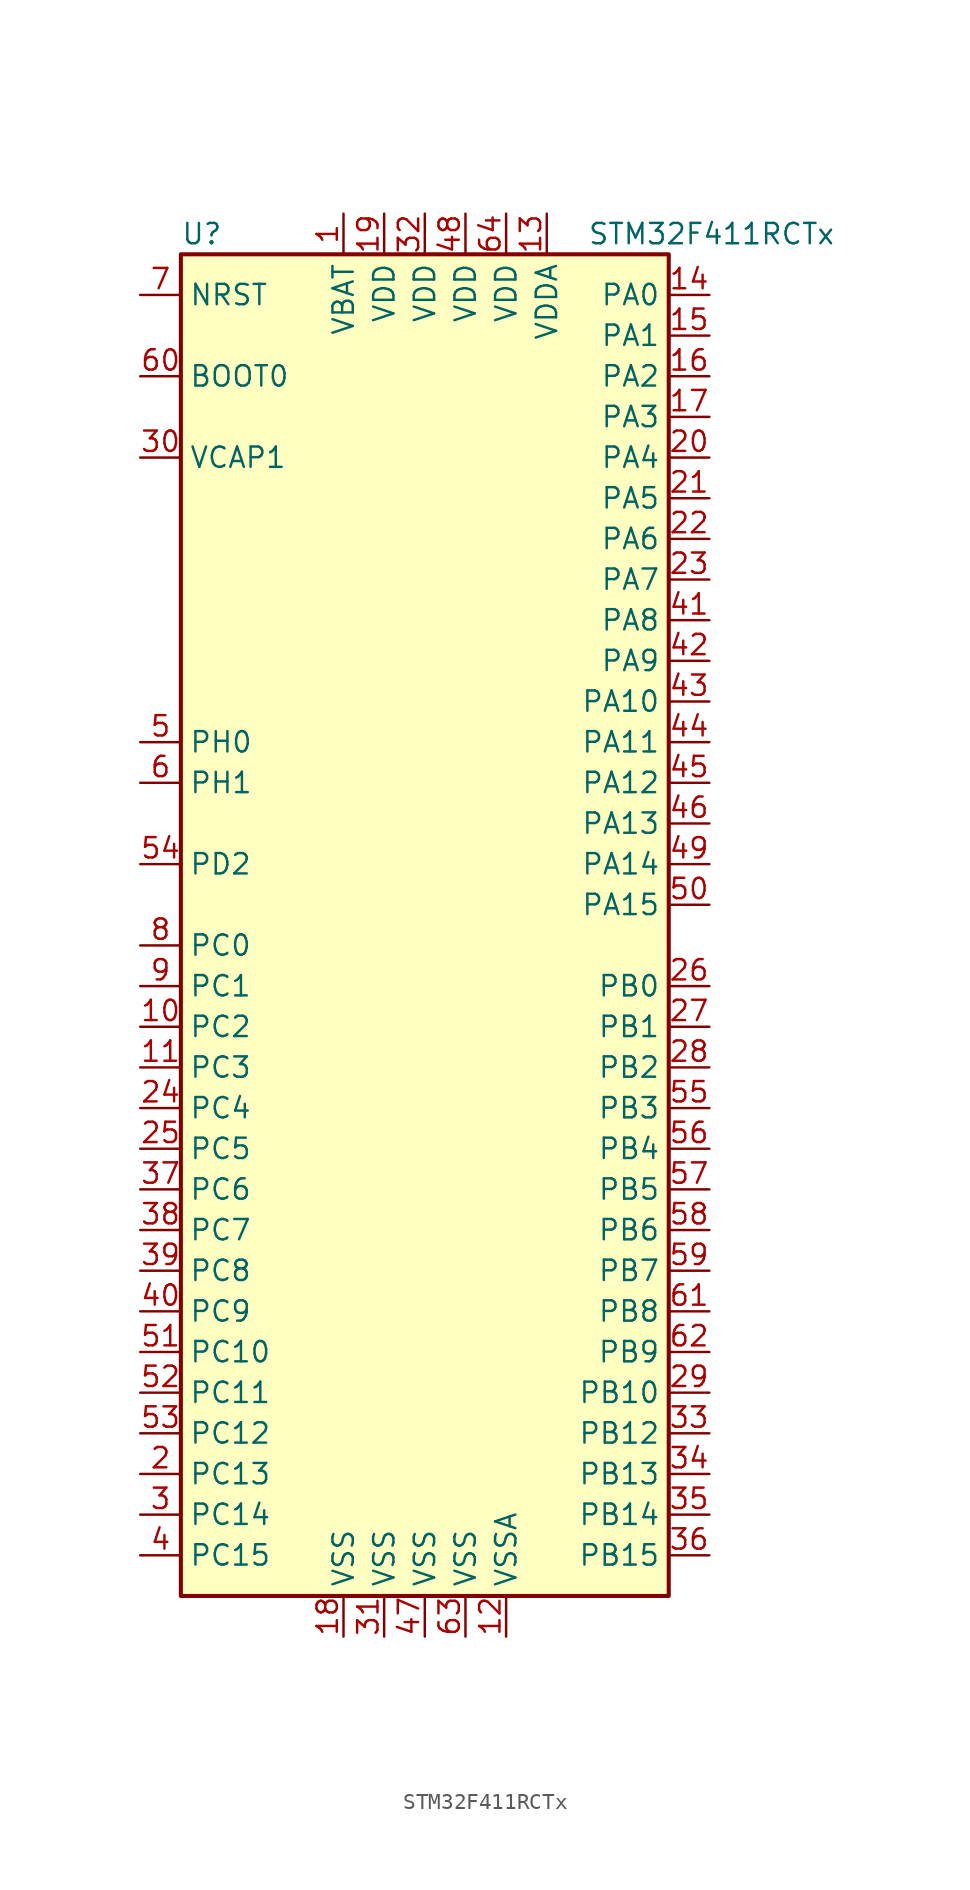
<source format=kicad_sym>
(kicad_symbol_lib
  (version 20211014)
  (generator kicad_symbol_editor)
  (symbol "STM32F411RCTx"
    (property "Reference" "U"
      (at -15.24 41.91 0)
      (effects (font (size 1.27 1.27)) (justify left)))
    (property "Value" "STM32F411RCTx"
      (at 10.16 41.91 0)
      (effects (font (size 1.27 1.27)) (justify left)))
    (symbol "STM32F411RCTx_0_1"
      (rectangle (start -15.24 -43.18) (end 15.24 40.64) (stroke (width 0.254) (type default) (color 0 0 0 0)) (fill (type background))))
    (symbol "STM32F411RCTx_1_1"
      (pin power_in line (at -5.08 43.18 270) (length 2.54) (name "VBAT" (effects (font (size 1.27 1.27)))) (number "1" (effects (font (size 1.27 1.27)))))
      (pin bidirectional line (at -17.78 -7.62 0) (length 2.54) (name "PC2" (effects (font (size 1.27 1.27)))) (number "10" (effects (font (size 1.27 1.27)))))
      (pin bidirectional line (at -17.78 -10.16 0) (length 2.54) (name "PC3" (effects (font (size 1.27 1.27)))) (number "11" (effects (font (size 1.27 1.27)))))
      (pin power_in line (at 5.08 -45.72 90) (length 2.54) (name "VSSA" (effects (font (size 1.27 1.27)))) (number "12" (effects (font (size 1.27 1.27)))))
      (pin power_in line (at 7.62 43.18 270) (length 2.54) (name "VDDA" (effects (font (size 1.27 1.27)))) (number "13" (effects (font (size 1.27 1.27)))))
      (pin bidirectional line (at 17.78 38.1 180) (length 2.54) (name "PA0" (effects (font (size 1.27 1.27)))) (number "14" (effects (font (size 1.27 1.27)))))
      (pin bidirectional line (at 17.78 35.56 180) (length 2.54) (name "PA1" (effects (font (size 1.27 1.27)))) (number "15" (effects (font (size 1.27 1.27)))))
      (pin bidirectional line (at 17.78 33.02 180) (length 2.54) (name "PA2" (effects (font (size 1.27 1.27)))) (number "16" (effects (font (size 1.27 1.27)))))
      (pin bidirectional line (at 17.78 30.48 180) (length 2.54) (name "PA3" (effects (font (size 1.27 1.27)))) (number "17" (effects (font (size 1.27 1.27)))))
      (pin power_in line (at -5.08 -45.72 90) (length 2.54) (name "VSS" (effects (font (size 1.27 1.27)))) (number "18" (effects (font (size 1.27 1.27)))))
      (pin power_in line (at -2.54 43.18 270) (length 2.54) (name "VDD" (effects (font (size 1.27 1.27)))) (number "19" (effects (font (size 1.27 1.27)))))
      (pin bidirectional line (at -17.78 -35.56 0) (length 2.54) (name "PC13" (effects (font (size 1.27 1.27)))) (number "2" (effects (font (size 1.27 1.27)))))
      (pin bidirectional line (at 17.78 27.94 180) (length 2.54) (name "PA4" (effects (font (size 1.27 1.27)))) (number "20" (effects (font (size 1.27 1.27)))))
      (pin bidirectional line (at 17.78 25.4 180) (length 2.54) (name "PA5" (effects (font (size 1.27 1.27)))) (number "21" (effects (font (size 1.27 1.27)))))
      (pin bidirectional line (at 17.78 22.86 180) (length 2.54) (name "PA6" (effects (font (size 1.27 1.27)))) (number "22" (effects (font (size 1.27 1.27)))))
      (pin bidirectional line (at 17.78 20.32 180) (length 2.54) (name "PA7" (effects (font (size 1.27 1.27)))) (number "23" (effects (font (size 1.27 1.27)))))
      (pin bidirectional line (at -17.78 -12.7 0) (length 2.54) (name "PC4" (effects (font (size 1.27 1.27)))) (number "24" (effects (font (size 1.27 1.27)))))
      (pin bidirectional line (at -17.78 -15.24 0) (length 2.54) (name "PC5" (effects (font (size 1.27 1.27)))) (number "25" (effects (font (size 1.27 1.27)))))
      (pin bidirectional line (at 17.78 -5.08 180) (length 2.54) (name "PB0" (effects (font (size 1.27 1.27)))) (number "26" (effects (font (size 1.27 1.27)))))
      (pin bidirectional line (at 17.78 -7.62 180) (length 2.54) (name "PB1" (effects (font (size 1.27 1.27)))) (number "27" (effects (font (size 1.27 1.27)))))
      (pin bidirectional line (at 17.78 -10.16 180) (length 2.54) (name "PB2" (effects (font (size 1.27 1.27)))) (number "28" (effects (font (size 1.27 1.27)))))
      (pin bidirectional line (at 17.78 -30.48 180) (length 2.54) (name "PB10" (effects (font (size 1.27 1.27)))) (number "29" (effects (font (size 1.27 1.27)))))
      (pin bidirectional line (at -17.78 -38.1 0) (length 2.54) (name "PC14" (effects (font (size 1.27 1.27)))) (number "3" (effects (font (size 1.27 1.27)))))
      (pin passive line (at -17.78 27.94 0) (length 2.54) (name "VCAP1" (effects (font (size 1.27 1.27)))) (number "30" (effects (font (size 1.27 1.27)))))
      (pin power_in line (at -2.54 -45.72 90) (length 2.54) (name "VSS" (effects (font (size 1.27 1.27)))) (number "31" (effects (font (size 1.27 1.27)))))
      (pin power_in line (at 0 43.18 270) (length 2.54) (name "VDD" (effects (font (size 1.27 1.27)))) (number "32" (effects (font (size 1.27 1.27)))))
      (pin bidirectional line (at 17.78 -33.02 180) (length 2.54) (name "PB12" (effects (font (size 1.27 1.27)))) (number "33" (effects (font (size 1.27 1.27)))))
      (pin bidirectional line (at 17.78 -35.56 180) (length 2.54) (name "PB13" (effects (font (size 1.27 1.27)))) (number "34" (effects (font (size 1.27 1.27)))))
      (pin bidirectional line (at 17.78 -38.1 180) (length 2.54) (name "PB14" (effects (font (size 1.27 1.27)))) (number "35" (effects (font (size 1.27 1.27)))))
      (pin bidirectional line (at 17.78 -40.64 180) (length 2.54) (name "PB15" (effects (font (size 1.27 1.27)))) (number "36" (effects (font (size 1.27 1.27)))))
      (pin bidirectional line (at -17.78 -17.78 0) (length 2.54) (name "PC6" (effects (font (size 1.27 1.27)))) (number "37" (effects (font (size 1.27 1.27)))))
      (pin bidirectional line (at -17.78 -20.32 0) (length 2.54) (name "PC7" (effects (font (size 1.27 1.27)))) (number "38" (effects (font (size 1.27 1.27)))))
      (pin bidirectional line (at -17.78 -22.86 0) (length 2.54) (name "PC8" (effects (font (size 1.27 1.27)))) (number "39" (effects (font (size 1.27 1.27)))))
      (pin bidirectional line (at -17.78 -40.64 0) (length 2.54) (name "PC15" (effects (font (size 1.27 1.27)))) (number "4" (effects (font (size 1.27 1.27)))))
      (pin bidirectional line (at -17.78 -25.4 0) (length 2.54) (name "PC9" (effects (font (size 1.27 1.27)))) (number "40" (effects (font (size 1.27 1.27)))))
      (pin bidirectional line (at 17.78 17.78 180) (length 2.54) (name "PA8" (effects (font (size 1.27 1.27)))) (number "41" (effects (font (size 1.27 1.27)))))
      (pin bidirectional line (at 17.78 15.24 180) (length 2.54) (name "PA9" (effects (font (size 1.27 1.27)))) (number "42" (effects (font (size 1.27 1.27)))))
      (pin bidirectional line (at 17.78 12.7 180) (length 2.54) (name "PA10" (effects (font (size 1.27 1.27)))) (number "43" (effects (font (size 1.27 1.27)))))
      (pin bidirectional line (at 17.78 10.16 180) (length 2.54) (name "PA11" (effects (font (size 1.27 1.27)))) (number "44" (effects (font (size 1.27 1.27)))))
      (pin bidirectional line (at 17.78 7.62 180) (length 2.54) (name "PA12" (effects (font (size 1.27 1.27)))) (number "45" (effects (font (size 1.27 1.27)))))
      (pin bidirectional line (at 17.78 5.08 180) (length 2.54) (name "PA13" (effects (font (size 1.27 1.27)))) (number "46" (effects (font (size 1.27 1.27)))))
      (pin power_in line (at 0 -45.72 90) (length 2.54) (name "VSS" (effects (font (size 1.27 1.27)))) (number "47" (effects (font (size 1.27 1.27)))))
      (pin power_in line (at 2.54 43.18 270) (length 2.54) (name "VDD" (effects (font (size 1.27 1.27)))) (number "48" (effects (font (size 1.27 1.27)))))
      (pin bidirectional line (at 17.78 2.54 180) (length 2.54) (name "PA14" (effects (font (size 1.27 1.27)))) (number "49" (effects (font (size 1.27 1.27)))))
      (pin input line (at -17.78 10.16 0) (length 2.54) (name "PH0" (effects (font (size 1.27 1.27)))) (number "5" (effects (font (size 1.27 1.27)))))
      (pin bidirectional line (at 17.78 0 180) (length 2.54) (name "PA15" (effects (font (size 1.27 1.27)))) (number "50" (effects (font (size 1.27 1.27)))))
      (pin bidirectional line (at -17.78 -27.94 0) (length 2.54) (name "PC10" (effects (font (size 1.27 1.27)))) (number "51" (effects (font (size 1.27 1.27)))))
      (pin bidirectional line (at -17.78 -30.48 0) (length 2.54) (name "PC11" (effects (font (size 1.27 1.27)))) (number "52" (effects (font (size 1.27 1.27)))))
      (pin bidirectional line (at -17.78 -33.02 0) (length 2.54) (name "PC12" (effects (font (size 1.27 1.27)))) (number "53" (effects (font (size 1.27 1.27)))))
      (pin bidirectional line (at -17.78 2.54 0) (length 2.54) (name "PD2" (effects (font (size 1.27 1.27)))) (number "54" (effects (font (size 1.27 1.27)))))
      (pin bidirectional line (at 17.78 -12.7 180) (length 2.54) (name "PB3" (effects (font (size 1.27 1.27)))) (number "55" (effects (font (size 1.27 1.27)))))
      (pin bidirectional line (at 17.78 -15.24 180) (length 2.54) (name "PB4" (effects (font (size 1.27 1.27)))) (number "56" (effects (font (size 1.27 1.27)))))
      (pin bidirectional line (at 17.78 -17.78 180) (length 2.54) (name "PB5" (effects (font (size 1.27 1.27)))) (number "57" (effects (font (size 1.27 1.27)))))
      (pin bidirectional line (at 17.78 -20.32 180) (length 2.54) (name "PB6" (effects (font (size 1.27 1.27)))) (number "58" (effects (font (size 1.27 1.27)))))
      (pin bidirectional line (at 17.78 -22.86 180) (length 2.54) (name "PB7" (effects (font (size 1.27 1.27)))) (number "59" (effects (font (size 1.27 1.27)))))
      (pin input line (at -17.78 7.62 0) (length 2.54) (name "PH1" (effects (font (size 1.27 1.27)))) (number "6" (effects (font (size 1.27 1.27)))))
      (pin input line (at -17.78 33.02 0) (length 2.54) (name "BOOT0" (effects (font (size 1.27 1.27)))) (number "60" (effects (font (size 1.27 1.27)))))
      (pin bidirectional line (at 17.78 -25.4 180) (length 2.54) (name "PB8" (effects (font (size 1.27 1.27)))) (number "61" (effects (font (size 1.27 1.27)))))
      (pin bidirectional line (at 17.78 -27.94 180) (length 2.54) (name "PB9" (effects (font (size 1.27 1.27)))) (number "62" (effects (font (size 1.27 1.27)))))
      (pin power_in line (at 2.54 -45.72 90) (length 2.54) (name "VSS" (effects (font (size 1.27 1.27)))) (number "63" (effects (font (size 1.27 1.27)))))
      (pin power_in line (at 5.08 43.18 270) (length 2.54) (name "VDD" (effects (font (size 1.27 1.27)))) (number "64" (effects (font (size 1.27 1.27)))))
      (pin input line (at -17.78 38.1 0) (length 2.54) (name "NRST" (effects (font (size 1.27 1.27)))) (number "7" (effects (font (size 1.27 1.27)))))
      (pin bidirectional line (at -17.78 -2.54 0) (length 2.54) (name "PC0" (effects (font (size 1.27 1.27)))) (number "8" (effects (font (size 1.27 1.27)))))
      (pin bidirectional line (at -17.78 -5.08 0) (length 2.54) (name "PC1" (effects (font (size 1.27 1.27)))) (number "9" (effects (font (size 1.27 1.27))))))))
</source>
